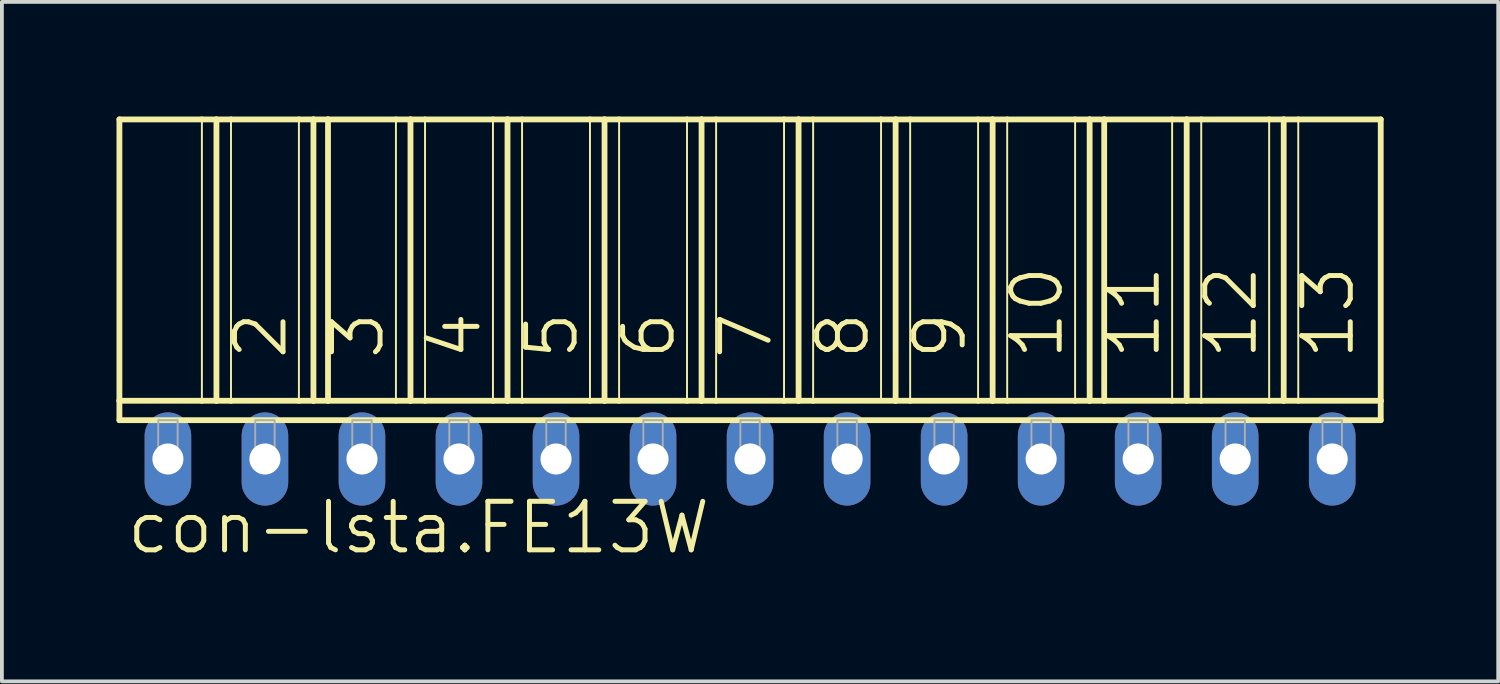
<source format=kicad_pcb>
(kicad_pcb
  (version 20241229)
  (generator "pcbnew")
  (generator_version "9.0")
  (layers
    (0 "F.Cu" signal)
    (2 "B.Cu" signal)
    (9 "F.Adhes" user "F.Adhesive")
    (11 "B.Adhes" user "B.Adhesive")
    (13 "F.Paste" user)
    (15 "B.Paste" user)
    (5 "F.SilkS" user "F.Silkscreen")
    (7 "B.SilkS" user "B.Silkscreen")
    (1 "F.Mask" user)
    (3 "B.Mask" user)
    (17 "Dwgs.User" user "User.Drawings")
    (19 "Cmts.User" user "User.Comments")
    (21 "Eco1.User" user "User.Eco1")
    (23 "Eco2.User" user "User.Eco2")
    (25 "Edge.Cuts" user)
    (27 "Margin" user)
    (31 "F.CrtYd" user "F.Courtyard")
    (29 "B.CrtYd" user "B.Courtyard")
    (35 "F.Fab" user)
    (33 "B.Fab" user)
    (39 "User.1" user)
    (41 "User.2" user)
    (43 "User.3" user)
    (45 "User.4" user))
  (footprint "con-lsta.FE13W"
    (layer "F.Cu")
    (at 16.586 8.966)
    (property "Reference" "con-lsta.FE13W" (at -16.383 2.54 0) (layer "F.SilkS") (effects (font (size 1.27 1.27) (thickness 0.13)) (justify left bottom)))
    (attr through_hole)
    (fp_line (start -16.51 -8.89) (end -14.351 -8.89) (stroke (width 0.152) (type default)) (layer "F.SilkS"))
    (fp_line (start -16.51 -1.524) (end -16.51 -8.89) (stroke (width 0.152) (type default)) (layer "F.SilkS"))
    (fp_line (start -16.51 -1.524) (end -14.351 -1.524) (stroke (width 0.152) (type default)) (layer "F.SilkS"))
    (fp_line (start -16.51 -1.016) (end -16.51 -1.524) (stroke (width 0.152) (type default)) (layer "F.SilkS"))
    (fp_line (start -16.51 -1.016) (end 16.51 -1.016) (stroke (width 0.152) (type default)) (layer "F.SilkS"))
    (fp_line (start -14.351 -8.89) (end -14.351 -1.524) (stroke (width 0.051) (type default)) (layer "F.SilkS"))
    (fp_line (start -14.351 -8.89) (end -13.97 -8.89) (stroke (width 0.152) (type default)) (layer "F.SilkS"))
    (fp_line (start -14.351 -1.524) (end -13.97 -1.524) (stroke (width 0.152) (type default)) (layer "F.SilkS"))
    (fp_line (start -13.97 -8.89) (end -13.97 -1.524) (stroke (width 0.152) (type default)) (layer "F.SilkS"))
    (fp_line (start -13.97 -8.89) (end -13.589 -8.89) (stroke (width 0.152) (type default)) (layer "F.SilkS"))
    (fp_line (start -13.97 -1.524) (end -13.589 -1.524) (stroke (width 0.152) (type default)) (layer "F.SilkS"))
    (fp_line (start -13.589 -8.89) (end -13.589 -1.524) (stroke (width 0.051) (type default)) (layer "F.SilkS"))
    (fp_line (start -13.589 -8.89) (end -11.811 -8.89) (stroke (width 0.152) (type default)) (layer "F.SilkS"))
    (fp_line (start -13.589 -1.524) (end -11.811 -1.524) (stroke (width 0.152) (type default)) (layer "F.SilkS"))
    (fp_line (start -11.811 -8.89) (end -11.811 -1.524) (stroke (width 0.051) (type default)) (layer "F.SilkS"))
    (fp_line (start -11.811 -8.89) (end -11.43 -8.89) (stroke (width 0.152) (type default)) (layer "F.SilkS"))
    (fp_line (start -11.811 -1.524) (end -11.43 -1.524) (stroke (width 0.152) (type default)) (layer "F.SilkS"))
    (fp_line (start -11.43 -8.89) (end -11.43 -1.524) (stroke (width 0.152) (type default)) (layer "F.SilkS"))
    (fp_line (start -11.43 -8.89) (end -11.049 -8.89) (stroke (width 0.152) (type default)) (layer "F.SilkS"))
    (fp_line (start -11.43 -1.524) (end -11.049 -1.524) (stroke (width 0.152) (type default)) (layer "F.SilkS"))
    (fp_line (start -11.049 -8.89) (end -11.049 -1.524) (stroke (width 0.152) (type default)) (layer "F.SilkS"))
    (fp_line (start -11.049 -8.89) (end -9.271 -8.89) (stroke (width 0.152) (type default)) (layer "F.SilkS"))
    (fp_line (start -11.049 -1.524) (end -9.271 -1.524) (stroke (width 0.152) (type default)) (layer "F.SilkS"))
    (fp_line (start -9.271 -8.89) (end -9.271 -1.524) (stroke (width 0.051) (type default)) (layer "F.SilkS"))
    (fp_line (start -9.271 -8.89) (end -8.89 -8.89) (stroke (width 0.152) (type default)) (layer "F.SilkS"))
    (fp_line (start -9.271 -1.524) (end -8.89 -1.524) (stroke (width 0.152) (type default)) (layer "F.SilkS"))
    (fp_line (start -8.89 -8.89) (end -8.89 -1.524) (stroke (width 0.152) (type default)) (layer "F.SilkS"))
    (fp_line (start -8.89 -8.89) (end -8.509 -8.89) (stroke (width 0.152) (type default)) (layer "F.SilkS"))
    (fp_line (start -8.89 -1.524) (end -8.509 -1.524) (stroke (width 0.152) (type default)) (layer "F.SilkS"))
    (fp_line (start -8.509 -8.89) (end -8.509 -1.524) (stroke (width 0.051) (type default)) (layer "F.SilkS"))
    (fp_line (start -8.509 -8.89) (end -6.731 -8.89) (stroke (width 0.152) (type default)) (layer "F.SilkS"))
    (fp_line (start -8.509 -1.524) (end -6.731 -1.524) (stroke (width 0.152) (type default)) (layer "F.SilkS"))
    (fp_line (start -6.731 -8.89) (end -6.731 -1.524) (stroke (width 0.051) (type default)) (layer "F.SilkS"))
    (fp_line (start -6.731 -8.89) (end -6.35 -8.89) (stroke (width 0.152) (type default)) (layer "F.SilkS"))
    (fp_line (start -6.731 -1.524) (end -6.35 -1.524) (stroke (width 0.152) (type default)) (layer "F.SilkS"))
    (fp_line (start -6.35 -8.89) (end -6.35 -1.524) (stroke (width 0.152) (type default)) (layer "F.SilkS"))
    (fp_line (start -6.35 -8.89) (end -5.969 -8.89) (stroke (width 0.152) (type default)) (layer "F.SilkS"))
    (fp_line (start -6.35 -1.524) (end -5.969 -1.524) (stroke (width 0.152) (type default)) (layer "F.SilkS"))
    (fp_line (start -5.969 -8.89) (end -5.969 -1.524) (stroke (width 0.051) (type default)) (layer "F.SilkS"))
    (fp_line (start -5.969 -8.89) (end -4.191 -8.89) (stroke (width 0.152) (type default)) (layer "F.SilkS"))
    (fp_line (start -5.969 -1.524) (end -4.191 -1.524) (stroke (width 0.152) (type default)) (layer "F.SilkS"))
    (fp_line (start -4.191 -8.89) (end -4.191 -1.524) (stroke (width 0.051) (type default)) (layer "F.SilkS"))
    (fp_line (start -4.191 -8.89) (end -3.81 -8.89) (stroke (width 0.152) (type default)) (layer "F.SilkS"))
    (fp_line (start -4.191 -1.524) (end -3.81 -1.524) (stroke (width 0.152) (type default)) (layer "F.SilkS"))
    (fp_line (start -3.81 -8.89) (end -3.81 -1.524) (stroke (width 0.152) (type default)) (layer "F.SilkS"))
    (fp_line (start -3.81 -8.89) (end -3.429 -8.89) (stroke (width 0.152) (type default)) (layer "F.SilkS"))
    (fp_line (start -3.81 -1.524) (end -3.429 -1.524) (stroke (width 0.152) (type default)) (layer "F.SilkS"))
    (fp_line (start -3.429 -8.89) (end -3.429 -1.524) (stroke (width 0.051) (type default)) (layer "F.SilkS"))
    (fp_line (start -3.429 -8.89) (end -1.651 -8.89) (stroke (width 0.152) (type default)) (layer "F.SilkS"))
    (fp_line (start -3.429 -1.524) (end -1.651 -1.524) (stroke (width 0.152) (type default)) (layer "F.SilkS"))
    (fp_line (start -1.651 -8.89) (end -1.651 -1.524) (stroke (width 0.051) (type default)) (layer "F.SilkS"))
    (fp_line (start -1.651 -8.89) (end -1.27 -8.89) (stroke (width 0.152) (type default)) (layer "F.SilkS"))
    (fp_line (start -1.651 -1.524) (end -1.27 -1.524) (stroke (width 0.152) (type default)) (layer "F.SilkS"))
    (fp_line (start -1.27 -8.89) (end -1.27 -1.524) (stroke (width 0.152) (type default)) (layer "F.SilkS"))
    (fp_line (start -1.27 -8.89) (end -0.889 -8.89) (stroke (width 0.152) (type default)) (layer "F.SilkS"))
    (fp_line (start -1.27 -1.524) (end -0.889 -1.524) (stroke (width 0.152) (type default)) (layer "F.SilkS"))
    (fp_line (start -0.889 -8.89) (end -0.889 -1.524) (stroke (width 0.051) (type default)) (layer "F.SilkS"))
    (fp_line (start -0.889 -8.89) (end 0.889 -8.89) (stroke (width 0.152) (type default)) (layer "F.SilkS"))
    (fp_line (start -0.889 -1.524) (end 0.889 -1.524) (stroke (width 0.152) (type default)) (layer "F.SilkS"))
    (fp_line (start 0.889 -8.89) (end 0.889 -1.524) (stroke (width 0.051) (type default)) (layer "F.SilkS"))
    (fp_line (start 0.889 -8.89) (end 1.27 -8.89) (stroke (width 0.152) (type default)) (layer "F.SilkS"))
    (fp_line (start 0.889 -1.524) (end 1.27 -1.524) (stroke (width 0.152) (type default)) (layer "F.SilkS"))
    (fp_line (start 1.27 -8.89) (end 1.27 -1.524) (stroke (width 0.152) (type default)) (layer "F.SilkS"))
    (fp_line (start 1.27 -8.89) (end 1.651 -8.89) (stroke (width 0.152) (type default)) (layer "F.SilkS"))
    (fp_line (start 1.27 -1.524) (end 1.651 -1.524) (stroke (width 0.152) (type default)) (layer "F.SilkS"))
    (fp_line (start 1.651 -8.89) (end 1.651 -1.524) (stroke (width 0.051) (type default)) (layer "F.SilkS"))
    (fp_line (start 1.651 -8.89) (end 3.429 -8.89) (stroke (width 0.152) (type default)) (layer "F.SilkS"))
    (fp_line (start 1.651 -1.524) (end 3.81 -1.524) (stroke (width 0.152) (type default)) (layer "F.SilkS"))
    (fp_line (start 3.429 -8.89) (end 3.429 -1.524) (stroke (width 0.051) (type default)) (layer "F.SilkS"))
    (fp_line (start 3.429 -8.89) (end 3.81 -8.89) (stroke (width 0.152) (type default)) (layer "F.SilkS"))
    (fp_line (start 3.81 -8.89) (end 3.81 -1.524) (stroke (width 0.152) (type default)) (layer "F.SilkS"))
    (fp_line (start 3.81 -8.89) (end 4.191 -8.89) (stroke (width 0.152) (type default)) (layer "F.SilkS"))
    (fp_line (start 3.81 -1.524) (end 4.191 -1.524) (stroke (width 0.152) (type default)) (layer "F.SilkS"))
    (fp_line (start 4.191 -8.89) (end 4.191 -1.524) (stroke (width 0.051) (type default)) (layer "F.SilkS"))
    (fp_line (start 4.191 -8.89) (end 5.969 -8.89) (stroke (width 0.152) (type default)) (layer "F.SilkS"))
    (fp_line (start 4.191 -1.524) (end 5.969 -1.524) (stroke (width 0.152) (type default)) (layer "F.SilkS"))
    (fp_line (start 5.969 -8.89) (end 5.969 -1.524) (stroke (width 0.051) (type default)) (layer "F.SilkS"))
    (fp_line (start 5.969 -8.89) (end 6.35 -8.89) (stroke (width 0.152) (type default)) (layer "F.SilkS"))
    (fp_line (start 5.969 -1.524) (end 6.35 -1.524) (stroke (width 0.152) (type default)) (layer "F.SilkS"))
    (fp_line (start 6.35 -8.89) (end 6.35 -1.524) (stroke (width 0.152) (type default)) (layer "F.SilkS"))
    (fp_line (start 6.35 -8.89) (end 6.731 -8.89) (stroke (width 0.152) (type default)) (layer "F.SilkS"))
    (fp_line (start 6.35 -1.524) (end 6.731 -1.524) (stroke (width 0.152) (type default)) (layer "F.SilkS"))
    (fp_line (start 6.731 -8.89) (end 6.731 -1.524) (stroke (width 0.051) (type default)) (layer "F.SilkS"))
    (fp_line (start 6.731 -8.89) (end 8.509 -8.89) (stroke (width 0.152) (type default)) (layer "F.SilkS"))
    (fp_line (start 6.731 -1.524) (end 8.509 -1.524) (stroke (width 0.152) (type default)) (layer "F.SilkS"))
    (fp_line (start 8.509 -8.89) (end 8.509 -1.524) (stroke (width 0.051) (type default)) (layer "F.SilkS"))
    (fp_line (start 8.509 -8.89) (end 8.89 -8.89) (stroke (width 0.152) (type default)) (layer "F.SilkS"))
    (fp_line (start 8.509 -1.524) (end 8.89 -1.524) (stroke (width 0.152) (type default)) (layer "F.SilkS"))
    (fp_line (start 8.89 -8.89) (end 8.89 -1.524) (stroke (width 0.152) (type default)) (layer "F.SilkS"))
    (fp_line (start 8.89 -8.89) (end 9.271 -8.89) (stroke (width 0.152) (type default)) (layer "F.SilkS"))
    (fp_line (start 8.89 -1.524) (end 9.271 -1.524) (stroke (width 0.152) (type default)) (layer "F.SilkS"))
    (fp_line (start 9.271 -8.89) (end 9.271 -1.524) (stroke (width 0.152) (type default)) (layer "F.SilkS"))
    (fp_line (start 9.271 -8.89) (end 11.049 -8.89) (stroke (width 0.152) (type default)) (layer "F.SilkS"))
    (fp_line (start 9.271 -1.524) (end 11.049 -1.524) (stroke (width 0.152) (type default)) (layer "F.SilkS"))
    (fp_line (start 11.049 -8.89) (end 11.049 -1.524) (stroke (width 0.051) (type default)) (layer "F.SilkS"))
    (fp_line (start 11.049 -8.89) (end 11.43 -8.89) (stroke (width 0.152) (type default)) (layer "F.SilkS"))
    (fp_line (start 11.049 -1.524) (end 11.43 -1.524) (stroke (width 0.152) (type default)) (layer "F.SilkS"))
    (fp_line (start 11.43 -8.89) (end 11.43 -1.524) (stroke (width 0.152) (type default)) (layer "F.SilkS"))
    (fp_line (start 11.43 -8.89) (end 11.811 -8.89) (stroke (width 0.152) (type default)) (layer "F.SilkS"))
    (fp_line (start 11.43 -1.524) (end 11.811 -1.524) (stroke (width 0.152) (type default)) (layer "F.SilkS"))
    (fp_line (start 11.811 -8.89) (end 11.811 -1.524) (stroke (width 0.051) (type default)) (layer "F.SilkS"))
    (fp_line (start 11.811 -8.89) (end 13.589 -8.89) (stroke (width 0.152) (type default)) (layer "F.SilkS"))
    (fp_line (start 11.811 -1.524) (end 13.589 -1.524) (stroke (width 0.152) (type default)) (layer "F.SilkS"))
    (fp_line (start 13.589 -8.89) (end 13.589 -1.524) (stroke (width 0.051) (type default)) (layer "F.SilkS"))
    (fp_line (start 13.589 -8.89) (end 13.97 -8.89) (stroke (width 0.152) (type default)) (layer "F.SilkS"))
    (fp_line (start 13.589 -1.524) (end 13.97 -1.524) (stroke (width 0.152) (type default)) (layer "F.SilkS"))
    (fp_line (start 13.97 -8.89) (end 13.97 -1.524) (stroke (width 0.152) (type default)) (layer "F.SilkS"))
    (fp_line (start 13.97 -8.89) (end 14.351 -8.89) (stroke (width 0.152) (type default)) (layer "F.SilkS"))
    (fp_line (start 13.97 -1.524) (end 14.351 -1.524) (stroke (width 0.152) (type default)) (layer "F.SilkS"))
    (fp_line (start 14.351 -8.89) (end 14.351 -1.524) (stroke (width 0.051) (type default)) (layer "F.SilkS"))
    (fp_line (start 14.351 -8.89) (end 16.51 -8.89) (stroke (width 0.152) (type default)) (layer "F.SilkS"))
    (fp_line (start 14.351 -1.524) (end 16.51 -1.524) (stroke (width 0.152) (type default)) (layer "F.SilkS"))
    (fp_line (start 16.51 -8.89) (end 16.51 -1.524) (stroke (width 0.152) (type default)) (layer "F.SilkS"))
    (fp_line (start 16.51 -1.524) (end 16.51 -1.016) (stroke (width 0.152) (type default)) (layer "F.SilkS"))
    (fp_rect (start -15.494 0) (end -14.986 -1.016) (stroke (width 0.05) (type default)) (fill no) (layer "F.Fab"))
    (fp_rect (start -12.954 0) (end -12.446 -1.016) (stroke (width 0.05) (type default)) (fill no) (layer "F.Fab"))
    (fp_rect (start -10.414 0) (end -9.906 -1.016) (stroke (width 0.05) (type default)) (fill no) (layer "F.Fab"))
    (fp_rect (start -7.874 0) (end -7.366 -1.016) (stroke (width 0.05) (type default)) (fill no) (layer "F.Fab"))
    (fp_rect (start -5.334 0) (end -4.826 -1.016) (stroke (width 0.05) (type default)) (fill no) (layer "F.Fab"))
    (fp_rect (start -2.794 0) (end -2.286 -1.016) (stroke (width 0.05) (type default)) (fill no) (layer "F.Fab"))
    (fp_rect (start -0.254 0) (end 0.254 -1.016) (stroke (width 0.05) (type default)) (fill no) (layer "F.Fab"))
    (fp_rect (start 2.286 0) (end 2.794 -1.016) (stroke (width 0.05) (type default)) (fill no) (layer "F.Fab"))
    (fp_rect (start 4.826 0) (end 5.334 -1.016) (stroke (width 0.05) (type default)) (fill no) (layer "F.Fab"))
    (fp_rect (start 7.366 0) (end 7.874 -1.016) (stroke (width 0.05) (type default)) (fill no) (layer "F.Fab"))
    (fp_rect (start 9.906 0) (end 10.414 -1.016) (stroke (width 0.05) (type default)) (fill no) (layer "F.Fab"))
    (fp_rect (start 12.446 0) (end 12.954 -1.016) (stroke (width 0.05) (type default)) (fill no) (layer "F.Fab"))
    (fp_rect (start 14.986 0) (end 15.494 -1.016) (stroke (width 0.05) (type default)) (fill no) (layer "F.Fab"))
    (fp_text user "2" (at -12.065 -2.54 90) (layer "F.SilkS") (effects (font (size 1.27 1.27) (thickness 0.13)) (justify left bottom)))
    (fp_text user "13" (at 15.875 -2.54 90) (layer "F.SilkS") (effects (font (size 1.27 1.27) (thickness 0.13)) (justify left bottom)))
    (fp_text user "12" (at 13.335 -2.54 90) (layer "F.SilkS") (effects (font (size 1.27 1.27) (thickness 0.13)) (justify left bottom)))
    (fp_text user "3" (at -9.525 -2.54 90) (layer "F.SilkS") (effects (font (size 1.27 1.27) (thickness 0.13)) (justify left bottom)))
    (fp_text user "6" (at -1.905 -2.54 90) (layer "F.SilkS") (effects (font (size 1.27 1.27) (thickness 0.13)) (justify left bottom)))
    (fp_text user "4" (at -6.985 -2.54 90) (layer "F.SilkS") (effects (font (size 1.27 1.27) (thickness 0.13)) (justify left bottom)))
    (fp_text user "5" (at -4.445 -2.54 90) (layer "F.SilkS") (effects (font (size 1.27 1.27) (thickness 0.13)) (justify left bottom)))
    (fp_text user "11" (at 10.795 -2.54 90) (layer "F.SilkS") (effects (font (size 1.27 1.27) (thickness 0.13)) (justify left bottom)))
    (fp_text user "9" (at 5.715 -2.54 90) (layer "F.SilkS") (effects (font (size 1.27 1.27) (thickness 0.13)) (justify left bottom)))
    (fp_text user "7" (at 0.635 -2.54 90) (layer "F.SilkS") (effects (font (size 1.27 1.27) (thickness 0.13)) (justify left bottom)))
    (fp_text user "8" (at 3.175 -2.54 90) (layer "F.SilkS") (effects (font (size 1.27 1.27) (thickness 0.13)) (justify left bottom)))
    (fp_text user "10" (at 8.255 -2.54 90) (layer "F.SilkS") (effects (font (size 1.27 1.27) (thickness 0.13)) (justify left bottom)))
    (pad "1" thru_hole oval (at -15.24 0 90) (size 2.438 1.219) (drill 0.813) (layers "*.Cu" "*.Mask"))
    (pad "2" thru_hole oval (at -12.7 0 90) (size 2.438 1.219) (drill 0.813) (layers "*.Cu" "*.Mask"))
    (pad "3" thru_hole oval (at -10.16 0 90) (size 2.438 1.219) (drill 0.813) (layers "*.Cu" "*.Mask"))
    (pad "4" thru_hole oval (at -7.62 0 90) (size 2.438 1.219) (drill 0.813) (layers "*.Cu" "*.Mask"))
    (pad "5" thru_hole oval (at -5.08 0 90) (size 2.438 1.219) (drill 0.813) (layers "*.Cu" "*.Mask"))
    (pad "6" thru_hole oval (at -2.54 0 90) (size 2.438 1.219) (drill 0.813) (layers "*.Cu" "*.Mask"))
    (pad "7" thru_hole oval (at 0 0 90) (size 2.438 1.219) (drill 0.813) (layers "*.Cu" "*.Mask"))
    (pad "8" thru_hole oval (at 2.54 0 90) (size 2.438 1.219) (drill 0.813) (layers "*.Cu" "*.Mask"))
    (pad "9" thru_hole oval (at 5.08 0 90) (size 2.438 1.219) (drill 0.813) (layers "*.Cu" "*.Mask"))
    (pad "10" thru_hole oval (at 7.62 0 90) (size 2.438 1.219) (drill 0.813) (layers "*.Cu" "*.Mask"))
    (pad "11" thru_hole oval (at 10.16 0 90) (size 2.438 1.219) (drill 0.813) (layers "*.Cu" "*.Mask"))
    (pad "12" thru_hole oval (at 12.7 0 90) (size 2.438 1.219) (drill 0.813) (layers "*.Cu" "*.Mask"))
    (pad "13" thru_hole oval (at 15.24 0 90) (size 2.438 1.219) (drill 0.813) (layers "*.Cu" "*.Mask")))
  (gr_rect
    (start -3 -3)
    (end 36.172 14.788)
    (stroke (width 0.1) (type default))
    (fill no)
    (layer "Edge.Cuts")))
</source>
